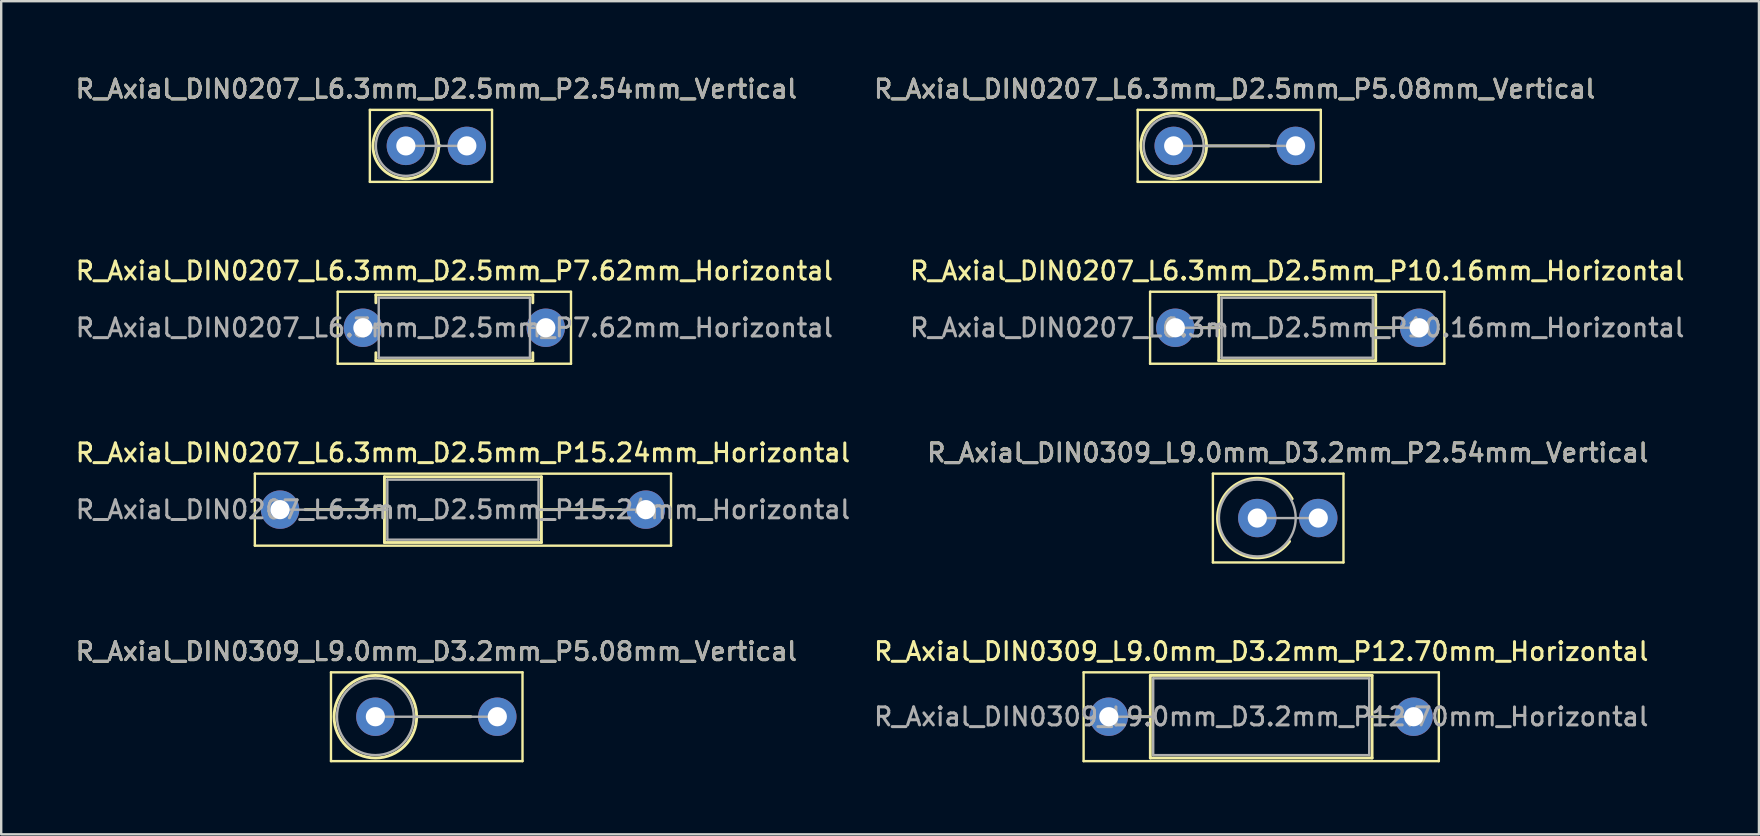
<source format=kicad_pcb>
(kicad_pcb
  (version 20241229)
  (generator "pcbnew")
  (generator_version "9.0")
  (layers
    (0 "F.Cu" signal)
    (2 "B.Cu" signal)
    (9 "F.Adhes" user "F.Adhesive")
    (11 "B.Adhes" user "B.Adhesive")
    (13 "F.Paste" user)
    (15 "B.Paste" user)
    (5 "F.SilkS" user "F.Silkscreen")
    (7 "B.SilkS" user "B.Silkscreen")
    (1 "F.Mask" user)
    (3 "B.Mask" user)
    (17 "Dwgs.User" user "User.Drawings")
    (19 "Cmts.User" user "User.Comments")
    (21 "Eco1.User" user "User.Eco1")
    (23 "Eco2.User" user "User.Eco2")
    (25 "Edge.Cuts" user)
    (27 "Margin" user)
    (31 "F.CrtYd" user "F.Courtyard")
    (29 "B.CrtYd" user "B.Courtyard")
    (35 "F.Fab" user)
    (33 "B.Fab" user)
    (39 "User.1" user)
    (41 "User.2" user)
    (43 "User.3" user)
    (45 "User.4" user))
  (footprint "R_Axial_DIN0207_L6.3mm_D2.5mm_P5.08mm_Vertical"
    (layer "F.Cu")
    (at 45.851 3.028)
    (property "Reference" "R_Axial_DIN0207_L6.3mm_D2.5mm_P5.08mm_Vertical" (at 2.54 -2.37 0) (layer "F.SilkS") (effects (font (size 0.75 0.75) (thickness 0.125))))
    (attr through_hole)
    (fp_line (start -1.5 -1.5) (end -1.5 1.5) (stroke (width 0.1) (type solid)) (layer "F.SilkS"))
    (fp_line (start -1.5 1.5) (end 6.13 1.5) (stroke (width 0.1) (type solid)) (layer "F.SilkS"))
    (fp_line (start 1.37 0) (end 3.98 0) (stroke (width 0.12) (type solid)) (layer "F.SilkS"))
    (fp_line (start 6.13 -1.5) (end -1.5 -1.5) (stroke (width 0.1) (type solid)) (layer "F.SilkS"))
    (fp_line (start 6.13 1.5) (end 6.13 -1.5) (stroke (width 0.1) (type solid)) (layer "F.SilkS"))
    (fp_circle (center 0 0) (end 1.37 0) (stroke (width 0.12) (type solid)) (fill no) (layer "F.SilkS"))
    (fp_line (start 0 0) (end 5.08 0) (stroke (width 0.1) (type solid)) (layer "F.Fab"))
    (fp_circle (center 0 0) (end 1.25 0) (stroke (width 0.1) (type solid)) (fill no) (layer "F.Fab"))
    (fp_text user "${REFERENCE}" (at 2.54 -2.37 0) (layer "F.Fab") (effects (font (size 0.75 0.75) (thickness 0.125))))
    (pad "1" thru_hole circle (at 0 0) (size 1.6 1.6) (drill 0.8) (layers "*.Cu" "*.Mask"))
    (pad "2" thru_hole oval (at 5.08 0) (size 1.6 1.6) (drill 0.8) (layers "*.Cu" "*.Mask")))
  (footprint "R_Axial_DIN0207_L6.3mm_D2.5mm_P2.54mm_Vertical"
    (layer "F.Cu")
    (at 13.86 3.028)
    (property "Reference" "R_Axial_DIN0207_L6.3mm_D2.5mm_P2.54mm_Vertical" (at 1.27 -2.37 0) (layer "F.SilkS") (effects (font (size 0.75 0.75) (thickness 0.125))))
    (attr through_hole)
    (fp_line (start -1.5 -1.5) (end -1.5 1.5) (stroke (width 0.1) (type solid)) (layer "F.SilkS"))
    (fp_line (start -1.5 1.5) (end 3.59 1.5) (stroke (width 0.1) (type solid)) (layer "F.SilkS"))
    (fp_line (start 1.37 0) (end 1.44 0) (stroke (width 0.12) (type solid)) (layer "F.SilkS"))
    (fp_line (start 3.59 -1.5) (end -1.5 -1.5) (stroke (width 0.1) (type solid)) (layer "F.SilkS"))
    (fp_line (start 3.59 1.5) (end 3.59 -1.5) (stroke (width 0.1) (type solid)) (layer "F.SilkS"))
    (fp_circle (center 0 0) (end 1.37 0) (stroke (width 0.12) (type solid)) (fill no) (layer "F.SilkS"))
    (fp_line (start 0 0) (end 2.54 0) (stroke (width 0.1) (type solid)) (layer "F.Fab"))
    (fp_circle (center 0 0) (end 1.25 0) (stroke (width 0.1) (type solid)) (fill no) (layer "F.Fab"))
    (fp_text user "${REFERENCE}" (at 1.27 -2.37 0) (layer "F.Fab") (effects (font (size 0.75 0.75) (thickness 0.125))))
    (pad "1" thru_hole circle (at 0 0) (size 1.6 1.6) (drill 0.8) (layers "*.Cu" "*.Mask"))
    (pad "2" thru_hole oval (at 2.54 0) (size 1.6 1.6) (drill 0.8) (layers "*.Cu" "*.Mask")))
  (footprint "R_Axial_DIN0207_L6.3mm_D2.5mm_P10.16mm_Horizontal"
    (layer "F.Cu")
    (at 45.918 10.606)
    (property "Reference" "R_Axial_DIN0207_L6.3mm_D2.5mm_P10.16mm_Horizontal" (at 5.08 -2.37 0) (layer "F.SilkS") (effects (font (size 0.75 0.75) (thickness 0.125))))
    (attr through_hole)
    (fp_line (start -1.05 -1.5) (end -1.05 1.5) (stroke (width 0.1) (type solid)) (layer "F.SilkS"))
    (fp_line (start -1.05 1.5) (end 11.21 1.5) (stroke (width 0.1) (type solid)) (layer "F.SilkS"))
    (fp_line (start 1.04 0) (end 1.81 0) (stroke (width 0.12) (type solid)) (layer "F.SilkS"))
    (fp_line (start 1.81 -1.37) (end 1.81 1.37) (stroke (width 0.12) (type solid)) (layer "F.SilkS"))
    (fp_line (start 1.81 1.37) (end 8.35 1.37) (stroke (width 0.12) (type solid)) (layer "F.SilkS"))
    (fp_line (start 8.35 -1.37) (end 1.81 -1.37) (stroke (width 0.12) (type solid)) (layer "F.SilkS"))
    (fp_line (start 8.35 1.37) (end 8.35 -1.37) (stroke (width 0.12) (type solid)) (layer "F.SilkS"))
    (fp_line (start 9.12 0) (end 8.35 0) (stroke (width 0.12) (type solid)) (layer "F.SilkS"))
    (fp_line (start 11.21 -1.5) (end -1.05 -1.5) (stroke (width 0.1) (type solid)) (layer "F.SilkS"))
    (fp_line (start 11.21 1.5) (end 11.21 -1.5) (stroke (width 0.1) (type solid)) (layer "F.SilkS"))
    (fp_line (start 0 0) (end 1.93 0) (stroke (width 0.1) (type solid)) (layer "F.Fab"))
    (fp_line (start 1.93 -1.25) (end 1.93 1.25) (stroke (width 0.1) (type solid)) (layer "F.Fab"))
    (fp_line (start 1.93 1.25) (end 8.23 1.25) (stroke (width 0.1) (type solid)) (layer "F.Fab"))
    (fp_line (start 8.23 -1.25) (end 1.93 -1.25) (stroke (width 0.1) (type solid)) (layer "F.Fab"))
    (fp_line (start 8.23 1.25) (end 8.23 -1.25) (stroke (width 0.1) (type solid)) (layer "F.Fab"))
    (fp_line (start 10.16 0) (end 8.23 0) (stroke (width 0.1) (type solid)) (layer "F.Fab"))
    (fp_text user "${REFERENCE}" (at 5.08 0 0) (layer "F.Fab") (effects (font (size 0.75 0.75) (thickness 0.125))))
    (pad "1" thru_hole circle (at 0 0) (size 1.6 1.6) (drill 0.8) (layers "*.Cu" "*.Mask"))
    (pad "2" thru_hole oval (at 10.16 0) (size 1.6 1.6) (drill 0.8) (layers "*.Cu" "*.Mask")))
  (footprint "R_Axial_DIN0309_L9.0mm_D3.2mm_P5.08mm_Vertical"
    (layer "F.Cu")
    (at 12.59 26.812)
    (property "Reference" "R_Axial_DIN0309_L9.0mm_D3.2mm_P5.08mm_Vertical" (at 2.54 -2.72 0) (layer "F.SilkS") (effects (font (size 0.75 0.75) (thickness 0.125))))
    (attr through_hole)
    (fp_line (start -1.85 -1.85) (end -1.85 1.85) (stroke (width 0.1) (type solid)) (layer "F.SilkS"))
    (fp_line (start -1.85 1.85) (end 6.13 1.85) (stroke (width 0.1) (type solid)) (layer "F.SilkS"))
    (fp_line (start 1.72 0) (end 3.98 0) (stroke (width 0.12) (type solid)) (layer "F.SilkS"))
    (fp_line (start 6.13 -1.85) (end -1.85 -1.85) (stroke (width 0.1) (type solid)) (layer "F.SilkS"))
    (fp_line (start 6.13 1.85) (end 6.13 -1.85) (stroke (width 0.1) (type solid)) (layer "F.SilkS"))
    (fp_circle (center 0 0) (end 1.72 0) (stroke (width 0.12) (type solid)) (fill no) (layer "F.SilkS"))
    (fp_line (start 0 0) (end 5.08 0) (stroke (width 0.1) (type solid)) (layer "F.Fab"))
    (fp_circle (center 0 0) (end 1.6 0) (stroke (width 0.1) (type solid)) (fill no) (layer "F.Fab"))
    (fp_text user "${REFERENCE}" (at 2.54 -2.72 0) (layer "F.Fab") (effects (font (size 0.75 0.75) (thickness 0.125))))
    (pad "1" thru_hole circle (at 0 0) (size 1.6 1.6) (drill 0.8) (layers "*.Cu" "*.Mask"))
    (pad "2" thru_hole oval (at 5.08 0) (size 1.6 1.6) (drill 0.8) (layers "*.Cu" "*.Mask")))
  (footprint "R_Axial_DIN0207_L6.3mm_D2.5mm_P15.24mm_Horizontal"
    (layer "F.Cu")
    (at 8.618 18.184)
    (property "Reference" "R_Axial_DIN0207_L6.3mm_D2.5mm_P15.24mm_Horizontal" (at 7.62 -2.37 0) (layer "F.SilkS") (effects (font (size 0.75 0.75) (thickness 0.125))))
    (attr through_hole)
    (fp_line (start -1.05 -1.5) (end -1.05 1.5) (stroke (width 0.1) (type solid)) (layer "F.SilkS"))
    (fp_line (start -1.05 1.5) (end 16.29 1.5) (stroke (width 0.1) (type solid)) (layer "F.SilkS"))
    (fp_line (start 1.04 0) (end 4.35 0) (stroke (width 0.12) (type solid)) (layer "F.SilkS"))
    (fp_line (start 4.35 -1.37) (end 4.35 1.37) (stroke (width 0.12) (type solid)) (layer "F.SilkS"))
    (fp_line (start 4.35 1.37) (end 10.89 1.37) (stroke (width 0.12) (type solid)) (layer "F.SilkS"))
    (fp_line (start 10.89 -1.37) (end 4.35 -1.37) (stroke (width 0.12) (type solid)) (layer "F.SilkS"))
    (fp_line (start 10.89 1.37) (end 10.89 -1.37) (stroke (width 0.12) (type solid)) (layer "F.SilkS"))
    (fp_line (start 14.2 0) (end 10.89 0) (stroke (width 0.12) (type solid)) (layer "F.SilkS"))
    (fp_line (start 16.29 -1.5) (end -1.05 -1.5) (stroke (width 0.1) (type solid)) (layer "F.SilkS"))
    (fp_line (start 16.29 1.5) (end 16.29 -1.5) (stroke (width 0.1) (type solid)) (layer "F.SilkS"))
    (fp_line (start 0 0) (end 4.47 0) (stroke (width 0.1) (type solid)) (layer "F.Fab"))
    (fp_line (start 4.47 -1.25) (end 4.47 1.25) (stroke (width 0.1) (type solid)) (layer "F.Fab"))
    (fp_line (start 4.47 1.25) (end 10.77 1.25) (stroke (width 0.1) (type solid)) (layer "F.Fab"))
    (fp_line (start 10.77 -1.25) (end 4.47 -1.25) (stroke (width 0.1) (type solid)) (layer "F.Fab"))
    (fp_line (start 10.77 1.25) (end 10.77 -1.25) (stroke (width 0.1) (type solid)) (layer "F.Fab"))
    (fp_line (start 15.24 0) (end 10.77 0) (stroke (width 0.1) (type solid)) (layer "F.Fab"))
    (fp_text user "${REFERENCE}" (at 7.62 0 0) (layer "F.Fab") (effects (font (size 0.75 0.75) (thickness 0.125))))
    (pad "1" thru_hole circle (at 0 0) (size 1.6 1.6) (drill 0.8) (layers "*.Cu" "*.Mask"))
    (pad "2" thru_hole oval (at 15.24 0) (size 1.6 1.6) (drill 0.8) (layers "*.Cu" "*.Mask")))
  (footprint "R_Axial_DIN0309_L9.0mm_D3.2mm_P2.54mm_Vertical"
    (layer "F.Cu")
    (at 49.335 18.534)
    (property "Reference" "R_Axial_DIN0309_L9.0mm_D3.2mm_P2.54mm_Vertical" (at 1.27 -2.72 0) (layer "F.SilkS") (effects (font (size 0.75 0.75) (thickness 0.125))))
    (attr through_hole)
    (fp_line (start -1.85 -1.85) (end -1.85 1.85) (stroke (width 0.1) (type solid)) (layer "F.SilkS"))
    (fp_line (start -1.85 1.85) (end 3.59 1.85) (stroke (width 0.1) (type solid)) (layer "F.SilkS"))
    (fp_line (start 3.59 -1.85) (end -1.85 -1.85) (stroke (width 0.1) (type solid)) (layer "F.SilkS"))
    (fp_line (start 3.59 1.85) (end 3.59 -1.85) (stroke (width 0.1) (type solid)) (layer "F.SilkS"))
    (fp_arc (start 1.344775 0.97138) (mid -1.655812 -0.101418) (end 1.453272 -0.8) (stroke (width 0.12) (type solid)) (layer "F.SilkS"))
    (fp_line (start 0 0) (end 2.54 0) (stroke (width 0.1) (type solid)) (layer "F.Fab"))
    (fp_circle (center 0 0) (end 1.6 0) (stroke (width 0.1) (type solid)) (fill no) (layer "F.Fab"))
    (fp_text user "${REFERENCE}" (at 1.27 -2.72 0) (layer "F.Fab") (effects (font (size 0.75 0.75) (thickness 0.125))))
    (pad "1" thru_hole circle (at 0 0) (size 1.6 1.6) (drill 0.8) (layers "*.Cu" "*.Mask"))
    (pad "2" thru_hole oval (at 2.54 0) (size 1.6 1.6) (drill 0.8) (layers "*.Cu" "*.Mask")))
  (footprint "R_Axial_DIN0309_L9.0mm_D3.2mm_P12.70mm_Horizontal"
    (layer "F.Cu")
    (at 43.148 26.812)
    (property "Reference" "R_Axial_DIN0309_L9.0mm_D3.2mm_P12.70mm_Horizontal" (at 6.35 -2.72 0) (layer "F.SilkS") (effects (font (size 0.75 0.75) (thickness 0.125))))
    (attr through_hole)
    (fp_line (start -1.05 -1.85) (end -1.05 1.85) (stroke (width 0.1) (type solid)) (layer "F.SilkS"))
    (fp_line (start -1.05 1.85) (end 13.75 1.85) (stroke (width 0.1) (type solid)) (layer "F.SilkS"))
    (fp_line (start 1.04 0) (end 1.73 0) (stroke (width 0.12) (type solid)) (layer "F.SilkS"))
    (fp_line (start 1.73 -1.72) (end 1.73 1.72) (stroke (width 0.12) (type solid)) (layer "F.SilkS"))
    (fp_line (start 1.73 1.72) (end 10.97 1.72) (stroke (width 0.12) (type solid)) (layer "F.SilkS"))
    (fp_line (start 10.97 -1.72) (end 1.73 -1.72) (stroke (width 0.12) (type solid)) (layer "F.SilkS"))
    (fp_line (start 10.97 1.72) (end 10.97 -1.72) (stroke (width 0.12) (type solid)) (layer "F.SilkS"))
    (fp_line (start 11.66 0) (end 10.97 0) (stroke (width 0.12) (type solid)) (layer "F.SilkS"))
    (fp_line (start 13.75 -1.85) (end -1.05 -1.85) (stroke (width 0.1) (type solid)) (layer "F.SilkS"))
    (fp_line (start 13.75 1.85) (end 13.75 -1.85) (stroke (width 0.1) (type solid)) (layer "F.SilkS"))
    (fp_line (start 0 0) (end 1.85 0) (stroke (width 0.1) (type solid)) (layer "F.Fab"))
    (fp_line (start 1.85 -1.6) (end 1.85 1.6) (stroke (width 0.1) (type solid)) (layer "F.Fab"))
    (fp_line (start 1.85 1.6) (end 10.85 1.6) (stroke (width 0.1) (type solid)) (layer "F.Fab"))
    (fp_line (start 10.85 -1.6) (end 1.85 -1.6) (stroke (width 0.1) (type solid)) (layer "F.Fab"))
    (fp_line (start 10.85 1.6) (end 10.85 -1.6) (stroke (width 0.1) (type solid)) (layer "F.Fab"))
    (fp_line (start 12.7 0) (end 10.85 0) (stroke (width 0.1) (type solid)) (layer "F.Fab"))
    (fp_text user "${REFERENCE}" (at 6.35 0 0) (layer "F.Fab") (effects (font (size 0.75 0.75) (thickness 0.125))))
    (pad "1" thru_hole circle (at 0 0) (size 1.6 1.6) (drill 0.8) (layers "*.Cu" "*.Mask"))
    (pad "2" thru_hole oval (at 12.7 0) (size 1.6 1.6) (drill 0.8) (layers "*.Cu" "*.Mask")))
  (footprint "R_Axial_DIN0207_L6.3mm_D2.5mm_P7.62mm_Horizontal"
    (layer "F.Cu")
    (at 12.07 10.606)
    (property "Reference" "R_Axial_DIN0207_L6.3mm_D2.5mm_P7.62mm_Horizontal" (at 3.81 -2.37 0) (layer "F.SilkS") (effects (font (size 0.75 0.75) (thickness 0.125))))
    (attr through_hole)
    (fp_line (start -1.05 -1.5) (end -1.05 1.5) (stroke (width 0.1) (type solid)) (layer "F.SilkS"))
    (fp_line (start -1.05 1.5) (end 8.67 1.5) (stroke (width 0.1) (type solid)) (layer "F.SilkS"))
    (fp_line (start 0.54 -1.37) (end 7.08 -1.37) (stroke (width 0.12) (type solid)) (layer "F.SilkS"))
    (fp_line (start 0.54 -1.04) (end 0.54 -1.37) (stroke (width 0.12) (type solid)) (layer "F.SilkS"))
    (fp_line (start 0.54 1.04) (end 0.54 1.37) (stroke (width 0.12) (type solid)) (layer "F.SilkS"))
    (fp_line (start 0.54 1.37) (end 7.08 1.37) (stroke (width 0.12) (type solid)) (layer "F.SilkS"))
    (fp_line (start 7.08 -1.37) (end 7.08 -1.04) (stroke (width 0.12) (type solid)) (layer "F.SilkS"))
    (fp_line (start 7.08 1.37) (end 7.08 1.04) (stroke (width 0.12) (type solid)) (layer "F.SilkS"))
    (fp_line (start 8.67 -1.5) (end -1.05 -1.5) (stroke (width 0.1) (type solid)) (layer "F.SilkS"))
    (fp_line (start 8.67 1.5) (end 8.67 -1.5) (stroke (width 0.1) (type solid)) (layer "F.SilkS"))
    (fp_line (start 0 0) (end 0.66 0) (stroke (width 0.1) (type solid)) (layer "F.Fab"))
    (fp_line (start 0.66 -1.25) (end 0.66 1.25) (stroke (width 0.1) (type solid)) (layer "F.Fab"))
    (fp_line (start 0.66 1.25) (end 6.96 1.25) (stroke (width 0.1) (type solid)) (layer "F.Fab"))
    (fp_line (start 6.96 -1.25) (end 0.66 -1.25) (stroke (width 0.1) (type solid)) (layer "F.Fab"))
    (fp_line (start 6.96 1.25) (end 6.96 -1.25) (stroke (width 0.1) (type solid)) (layer "F.Fab"))
    (fp_line (start 7.62 0) (end 6.96 0) (stroke (width 0.1) (type solid)) (layer "F.Fab"))
    (fp_text user "${REFERENCE}" (at 3.81 0 0) (layer "F.Fab") (effects (font (size 0.75 0.75) (thickness 0.125))))
    (pad "1" thru_hole circle (at 0 0) (size 1.6 1.6) (drill 0.8) (layers "*.Cu" "*.Mask"))
    (pad "2" thru_hole oval (at 7.62 0) (size 1.6 1.6) (drill 0.8) (layers "*.Cu" "*.Mask")))
  (gr_rect
    (start -3 -3)
    (end 70.236 31.712)
    (stroke (width 0.1) (type default))
    (fill no)
    (layer "Edge.Cuts")))
</source>
